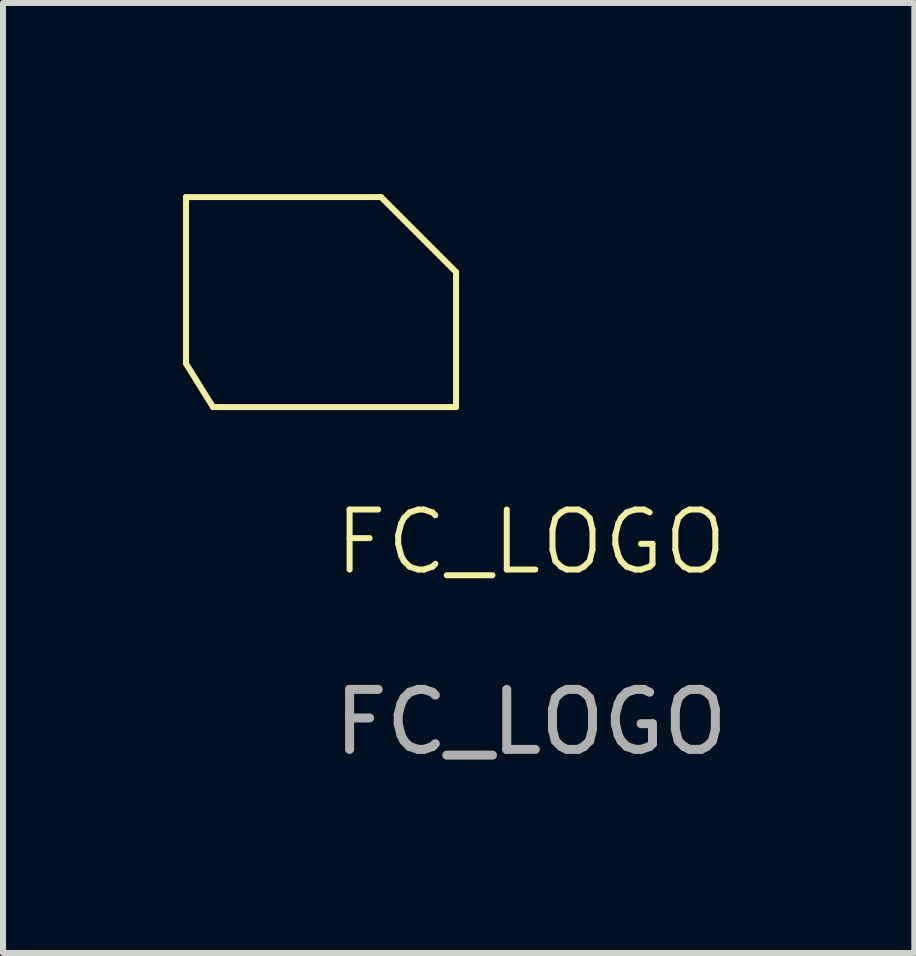
<source format=kicad_pcb>
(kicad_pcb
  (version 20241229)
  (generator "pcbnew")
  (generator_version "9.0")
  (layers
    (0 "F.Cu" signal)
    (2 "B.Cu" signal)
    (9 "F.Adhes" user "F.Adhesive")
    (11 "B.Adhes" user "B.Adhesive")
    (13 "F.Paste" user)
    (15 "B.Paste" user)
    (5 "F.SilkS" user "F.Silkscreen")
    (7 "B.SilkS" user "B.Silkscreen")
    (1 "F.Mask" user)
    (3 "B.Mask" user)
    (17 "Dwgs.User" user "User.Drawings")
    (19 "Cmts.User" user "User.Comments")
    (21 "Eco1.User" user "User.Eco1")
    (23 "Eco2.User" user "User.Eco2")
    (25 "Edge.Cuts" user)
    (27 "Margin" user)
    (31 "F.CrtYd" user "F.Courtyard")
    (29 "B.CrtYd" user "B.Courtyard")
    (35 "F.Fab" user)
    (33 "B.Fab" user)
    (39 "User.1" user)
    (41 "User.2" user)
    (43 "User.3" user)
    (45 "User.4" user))
  (footprint "FC_LOGO"
    (layer "F.Cu")
    (at 5.8 6.484)
    (property "Reference" "FC_LOGO" (at 0 -0.5 0) (unlocked yes) (layer "F.SilkS") (effects (font (size 1 1) (thickness 0.1))))
    (fp_line (start -5.75 -6.25) (end -2.5 -6.25) (stroke (width 0.1) (type default)) (layer "F.SilkS"))
    (fp_line (start -5.75 -3.475) (end -5.75 -6.25) (stroke (width 0.1) (type default)) (layer "F.SilkS"))
    (fp_line (start -5.3 -2.75) (end -5.75 -3.475) (stroke (width 0.1) (type default)) (layer "F.SilkS"))
    (fp_line (start -2.5 -6.25) (end -1.25 -5) (stroke (width 0.1) (type default)) (layer "F.SilkS"))
    (fp_line (start -1.25 -5) (end -1.25 -2.75) (stroke (width 0.1) (type default)) (layer "F.SilkS"))
    (fp_line (start -1.25 -2.75) (end -5.3 -2.75) (stroke (width 0.1) (type default)) (layer "F.SilkS"))
    (fp_text user "FC" (at -5.1 -3.55 0) (unlocked yes) (layer "F.Mask" knockout) (effects (font (face "Copperplate Gothic Bold") (size 2 1) (thickness 0.1)) (justify left bottom)))
    (fp_text user "For up to 4 BLDCs" (at -5.25 -2.9 0) (unlocked yes) (layer "F.Mask") (effects (font (face "Copperplate Gothic Bold") (size 0.4 0.27) (thickness 0.062)) (justify left bottom)))
    (fp_text user "_V1" (at -2.5 -3.5 0) (unlocked yes) (layer "F.Mask") (effects (font (face "Copperplate Gothic Bold") (size 0.6 0.4) (thickness 0.075)) (justify left bottom)))
    (fp_text user "${REFERENCE}" (at 0 2.5 0) (unlocked yes) (layer "F.Fab") (effects (font (size 1 1) (thickness 0.15)))))
  (gr_rect
    (start -3 -3)
    (end 12.187 12.832)
    (stroke (width 0.1) (type default))
    (fill no)
    (layer "Edge.Cuts")))
</source>
